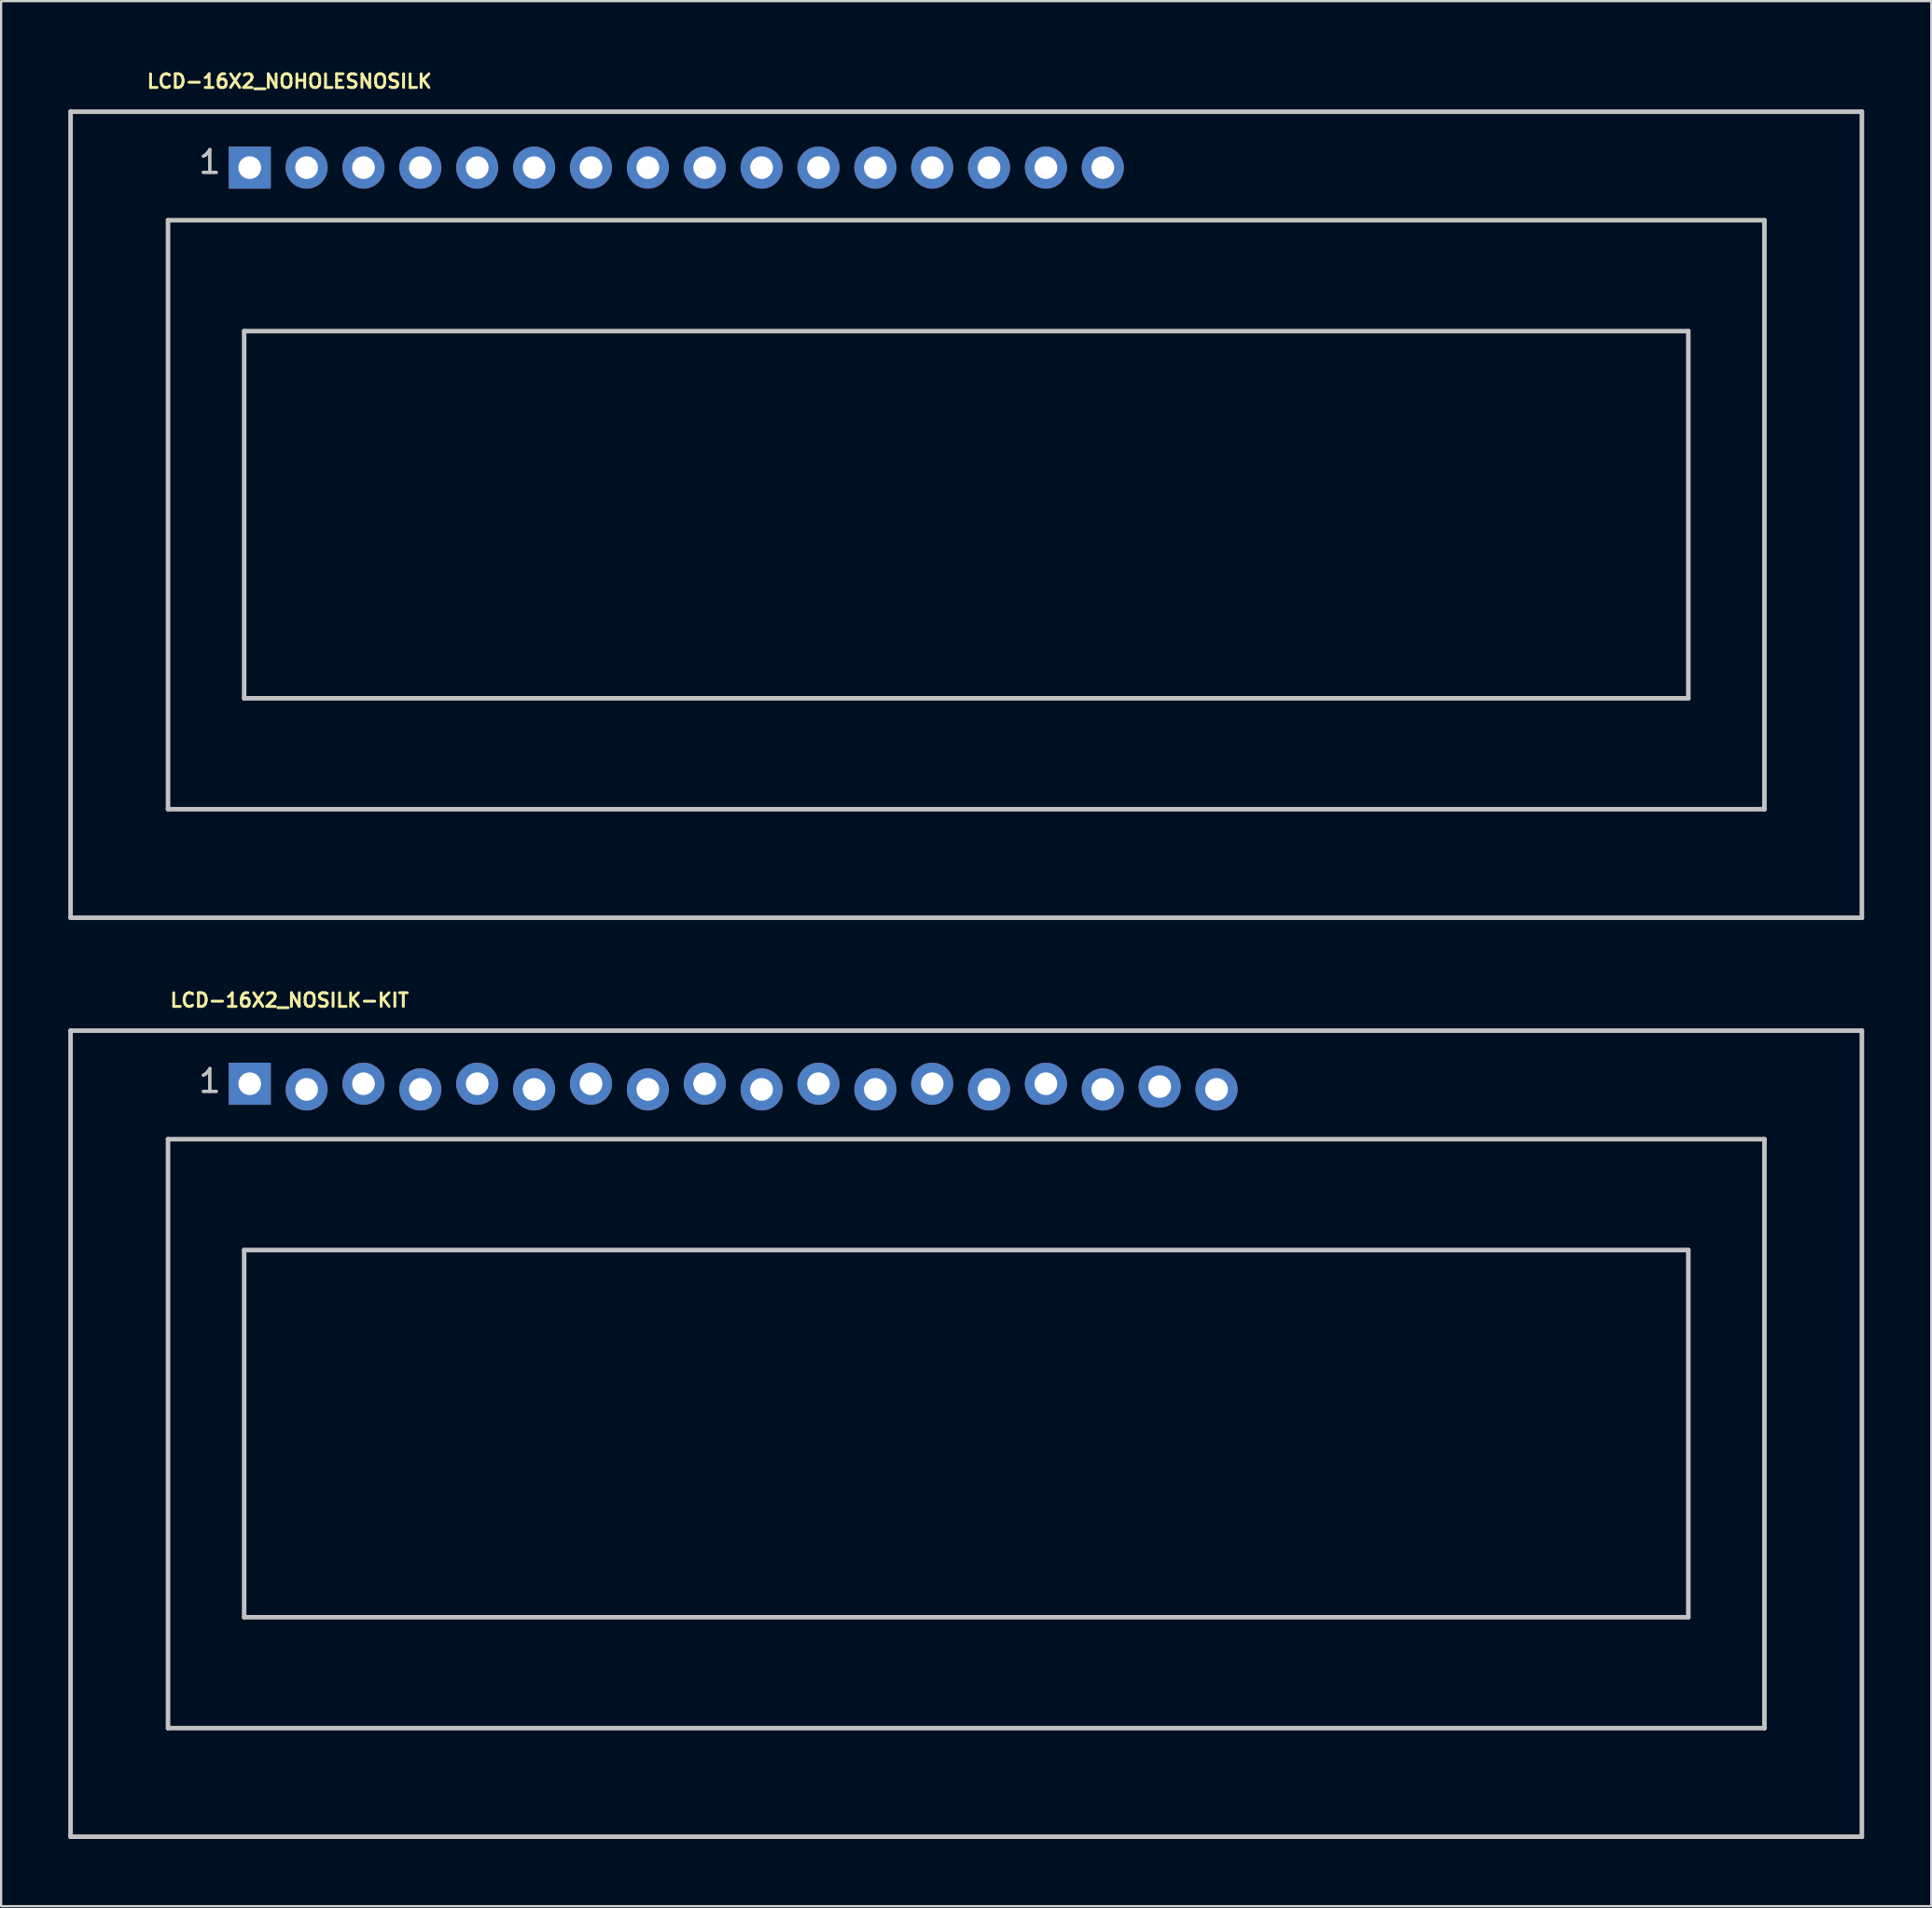
<source format=kicad_pcb>
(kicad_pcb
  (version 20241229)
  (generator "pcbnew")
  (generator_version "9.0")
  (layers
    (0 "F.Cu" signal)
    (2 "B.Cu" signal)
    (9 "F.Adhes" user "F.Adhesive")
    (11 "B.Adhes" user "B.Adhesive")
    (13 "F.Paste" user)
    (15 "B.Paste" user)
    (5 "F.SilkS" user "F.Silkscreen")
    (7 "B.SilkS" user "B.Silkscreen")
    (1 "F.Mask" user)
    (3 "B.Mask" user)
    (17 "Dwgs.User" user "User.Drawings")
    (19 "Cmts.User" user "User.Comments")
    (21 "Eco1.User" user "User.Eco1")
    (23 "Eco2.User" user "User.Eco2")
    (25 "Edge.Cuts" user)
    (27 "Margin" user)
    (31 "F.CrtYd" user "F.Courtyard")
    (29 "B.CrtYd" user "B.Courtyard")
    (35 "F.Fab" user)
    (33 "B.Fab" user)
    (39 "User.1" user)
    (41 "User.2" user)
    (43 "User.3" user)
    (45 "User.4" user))
  (footprint "LCD-16X2_NOHOLESNOSILK"
    (layer "F.Cu")
    (at 40.102 19.934)
    (property "Reference" "LCD-16X2_NOHOLESNOSILK" (at -30.226 -19.355 0) (layer "F.SilkS") (effects (font (size 0.61 0.61) (thickness 0.127))))
    (attr exclude_from_pos_files exclude_from_bom)
    (fp_line (start -40 -17.998) (end 40 -17.998) (stroke (width 0.203) (type solid)) (layer "Dwgs.User"))
    (fp_line (start -40 17.998) (end -40 -17.998) (stroke (width 0.203) (type solid)) (layer "Dwgs.User"))
    (fp_line (start -35.649 -13.15) (end 35.649 -13.15) (stroke (width 0.203) (type solid)) (layer "Dwgs.User"))
    (fp_line (start -35.649 13.15) (end -35.649 -13.15) (stroke (width 0.203) (type solid)) (layer "Dwgs.User"))
    (fp_line (start -32.248 -8.199) (end 32.248 -8.199) (stroke (width 0.203) (type solid)) (layer "Dwgs.User"))
    (fp_line (start -32.248 8.199) (end -32.248 -8.199) (stroke (width 0.203) (type solid)) (layer "Dwgs.User"))
    (fp_line (start 32.248 -8.199) (end 32.248 8.199) (stroke (width 0.203) (type solid)) (layer "Dwgs.User"))
    (fp_line (start 32.248 8.199) (end -32.248 8.199) (stroke (width 0.203) (type solid)) (layer "Dwgs.User"))
    (fp_line (start 35.649 -13.15) (end 35.649 13.15) (stroke (width 0.203) (type solid)) (layer "Dwgs.User"))
    (fp_line (start 35.649 13.15) (end -35.649 13.15) (stroke (width 0.203) (type solid)) (layer "Dwgs.User"))
    (fp_line (start 40 -17.998) (end 40 17.998) (stroke (width 0.203) (type solid)) (layer "Dwgs.User"))
    (fp_line (start 40 17.998) (end -40 17.998) (stroke (width 0.203) (type solid)) (layer "Dwgs.User"))
    (fp_text user "1" (at -33.782 -15.748 0) (layer "Dwgs.User") (effects (font (size 1.016 1.016) (thickness 0.152))))
    (pad "1" thru_hole rect (at -31.999 -15.499) (size 1.88 1.88) (drill 1.016) (layers "*.Cu" "*.Paste" "*.Mask"))
    (pad "2" thru_hole circle (at -29.459 -15.499) (size 1.88 1.88) (drill 1.016) (layers "*.Cu" "*.Paste" "*.Mask"))
    (pad "3" thru_hole circle (at -26.919 -15.499) (size 1.88 1.88) (drill 1.016) (layers "*.Cu" "*.Paste" "*.Mask"))
    (pad "4" thru_hole circle (at -24.379 -15.499) (size 1.88 1.88) (drill 1.016) (layers "*.Cu" "*.Paste" "*.Mask"))
    (pad "5" thru_hole circle (at -21.839 -15.499) (size 1.88 1.88) (drill 1.016) (layers "*.Cu" "*.Paste" "*.Mask"))
    (pad "6" thru_hole circle (at -19.299 -15.499) (size 1.88 1.88) (drill 1.016) (layers "*.Cu" "*.Paste" "*.Mask"))
    (pad "7" thru_hole circle (at -16.759 -15.499) (size 1.88 1.88) (drill 1.016) (layers "*.Cu" "*.Paste" "*.Mask"))
    (pad "8" thru_hole circle (at -14.219 -15.499) (size 1.88 1.88) (drill 1.016) (layers "*.Cu" "*.Paste" "*.Mask"))
    (pad "9" thru_hole circle (at -11.679 -15.499) (size 1.88 1.88) (drill 1.016) (layers "*.Cu" "*.Paste" "*.Mask"))
    (pad "10" thru_hole circle (at -9.139 -15.499) (size 1.88 1.88) (drill 1.016) (layers "*.Cu" "*.Paste" "*.Mask"))
    (pad "11" thru_hole circle (at -6.599 -15.499) (size 1.88 1.88) (drill 1.016) (layers "*.Cu" "*.Paste" "*.Mask"))
    (pad "12" thru_hole circle (at -4.059 -15.499) (size 1.88 1.88) (drill 1.016) (layers "*.Cu" "*.Paste" "*.Mask"))
    (pad "13" thru_hole circle (at -1.519 -15.499) (size 1.88 1.88) (drill 1.016) (layers "*.Cu" "*.Paste" "*.Mask"))
    (pad "14" thru_hole circle (at 1.019 -15.499) (size 1.88 1.88) (drill 1.016) (layers "*.Cu" "*.Paste" "*.Mask"))
    (pad "15" thru_hole circle (at 3.559 -15.499) (size 1.88 1.88) (drill 1.016) (layers "*.Cu" "*.Paste" "*.Mask"))
    (pad "16" thru_hole circle (at 6.099 -15.499) (size 1.88 1.88) (drill 1.016) (layers "*.Cu" "*.Paste" "*.Mask")))
  (footprint "LCD-16X2_NOSILK-KIT"
    (layer "F.Cu")
    (at 38.832 59.699)
    (property "Reference" "LCD-16X2_NOSILK-KIT" (at -28.953 -18.085 0) (layer "F.SilkS") (effects (font (size 0.61 0.61) (thickness 0.127))))
    (attr exclude_from_pos_files exclude_from_bom)
    (fp_line (start -38.73 -16.728) (end 41.27 -16.728) (stroke (width 0.203) (type solid)) (layer "Dwgs.User"))
    (fp_line (start -38.73 19.268) (end -38.73 -16.728) (stroke (width 0.203) (type solid)) (layer "Dwgs.User"))
    (fp_line (start -34.379 -11.88) (end 36.919 -11.88) (stroke (width 0.203) (type solid)) (layer "Dwgs.User"))
    (fp_line (start -34.379 14.42) (end -34.379 -11.88) (stroke (width 0.203) (type solid)) (layer "Dwgs.User"))
    (fp_line (start -30.978 -6.929) (end 33.518 -6.929) (stroke (width 0.203) (type solid)) (layer "Dwgs.User"))
    (fp_line (start -30.978 9.469) (end -30.978 -6.929) (stroke (width 0.203) (type solid)) (layer "Dwgs.User"))
    (fp_line (start 33.518 -6.929) (end 33.518 9.469) (stroke (width 0.203) (type solid)) (layer "Dwgs.User"))
    (fp_line (start 33.518 9.469) (end -30.978 9.469) (stroke (width 0.203) (type solid)) (layer "Dwgs.User"))
    (fp_line (start 36.919 -11.88) (end 36.919 14.42) (stroke (width 0.203) (type solid)) (layer "Dwgs.User"))
    (fp_line (start 36.919 14.42) (end -34.379 14.42) (stroke (width 0.203) (type solid)) (layer "Dwgs.User"))
    (fp_line (start 41.27 -16.728) (end 41.27 19.268) (stroke (width 0.203) (type solid)) (layer "Dwgs.User"))
    (fp_line (start 41.27 19.268) (end -38.73 19.268) (stroke (width 0.203) (type solid)) (layer "Dwgs.User"))
    (fp_text user "1" (at -32.512 -14.475 0) (layer "Dwgs.User") (effects (font (size 1.016 1.016) (thickness 0.152))))
    (pad "1" thru_hole rect (at -30.729 -14.356) (size 1.88 1.88) (drill 1.016) (layers "*.Cu" "*.Paste" "*.Mask"))
    (pad "2" thru_hole circle (at -28.189 -14.102) (size 1.88 1.88) (drill 1.016) (layers "*.Cu" "*.Paste" "*.Mask"))
    (pad "3" thru_hole circle (at -25.649 -14.356) (size 1.88 1.88) (drill 1.016) (layers "*.Cu" "*.Paste" "*.Mask"))
    (pad "4" thru_hole circle (at -23.109 -14.102) (size 1.88 1.88) (drill 1.016) (layers "*.Cu" "*.Paste" "*.Mask"))
    (pad "5" thru_hole circle (at -20.569 -14.356) (size 1.88 1.88) (drill 1.016) (layers "*.Cu" "*.Paste" "*.Mask"))
    (pad "6" thru_hole circle (at -18.029 -14.102) (size 1.88 1.88) (drill 1.016) (layers "*.Cu" "*.Paste" "*.Mask"))
    (pad "7" thru_hole circle (at -15.489 -14.356) (size 1.88 1.88) (drill 1.016) (layers "*.Cu" "*.Paste" "*.Mask"))
    (pad "8" thru_hole circle (at -12.949 -14.102) (size 1.88 1.88) (drill 1.016) (layers "*.Cu" "*.Paste" "*.Mask"))
    (pad "9" thru_hole circle (at -10.409 -14.356) (size 1.88 1.88) (drill 1.016) (layers "*.Cu" "*.Paste" "*.Mask"))
    (pad "10" thru_hole circle (at -7.869 -14.102) (size 1.88 1.88) (drill 1.016) (layers "*.Cu" "*.Paste" "*.Mask"))
    (pad "11" thru_hole circle (at -5.329 -14.356) (size 1.88 1.88) (drill 1.016) (layers "*.Cu" "*.Paste" "*.Mask"))
    (pad "12" thru_hole circle (at -2.789 -14.102) (size 1.88 1.88) (drill 1.016) (layers "*.Cu" "*.Paste" "*.Mask"))
    (pad "13" thru_hole circle (at -0.249 -14.356) (size 1.88 1.88) (drill 1.016) (layers "*.Cu" "*.Paste" "*.Mask"))
    (pad "14" thru_hole circle (at 2.289 -14.102) (size 1.88 1.88) (drill 1.016) (layers "*.Cu" "*.Paste" "*.Mask"))
    (pad "15" thru_hole circle (at 4.829 -14.356) (size 1.88 1.88) (drill 1.016) (layers "*.Cu" "*.Paste" "*.Mask"))
    (pad "16" thru_hole circle (at 7.369 -14.102) (size 1.88 1.88) (drill 1.016) (layers "*.Cu" "*.Paste" "*.Mask"))
    (pad "17" thru_hole circle (at 9.909 -14.229) (size 1.88 1.88) (drill 1.016) (layers "*.Cu" "*.Paste" "*.Mask"))
    (pad "18" thru_hole circle (at 12.449 -14.102) (size 1.88 1.88) (drill 1.016) (layers "*.Cu" "*.Paste" "*.Mask")))
  (gr_rect
    (start -3 -3)
    (end 83.203 82.069)
    (stroke (width 0.1) (type default))
    (fill no)
    (layer "Edge.Cuts")))
</source>
